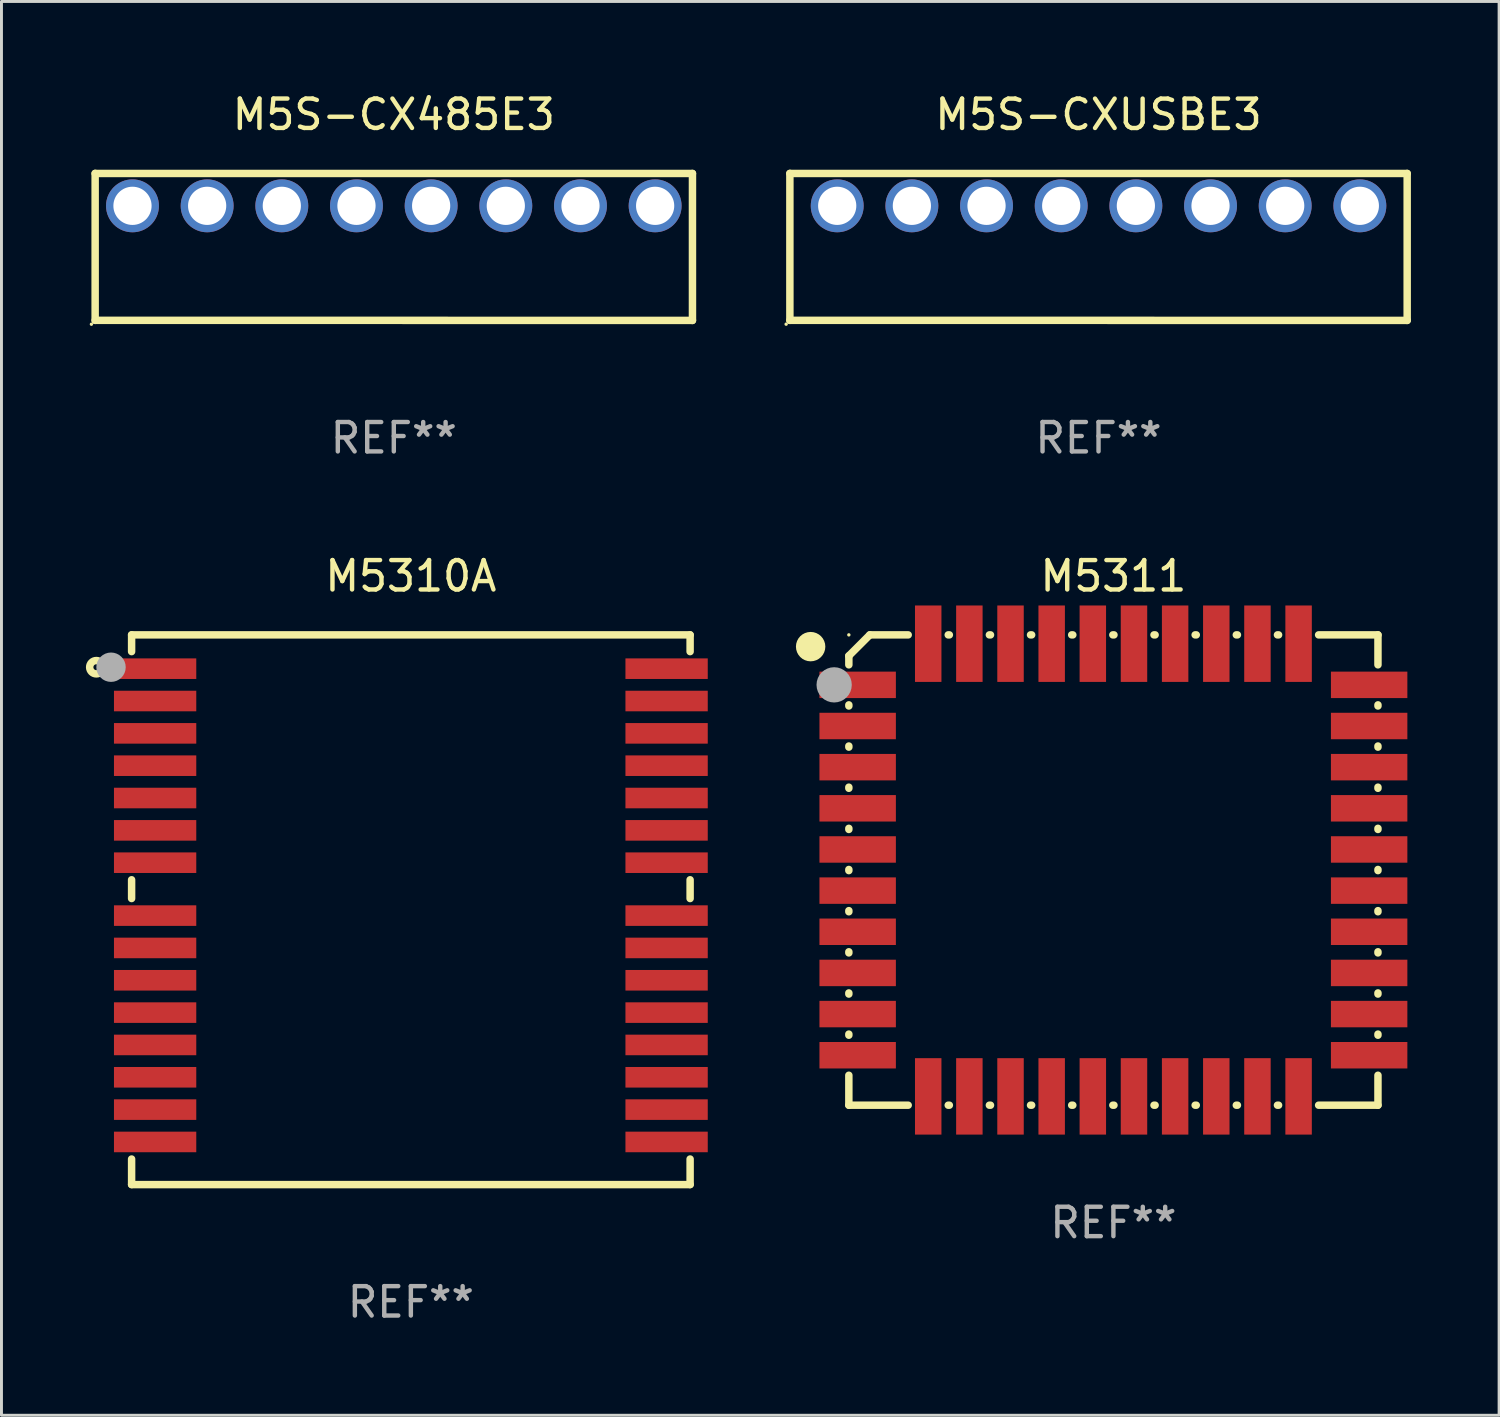
<source format=kicad_pcb>
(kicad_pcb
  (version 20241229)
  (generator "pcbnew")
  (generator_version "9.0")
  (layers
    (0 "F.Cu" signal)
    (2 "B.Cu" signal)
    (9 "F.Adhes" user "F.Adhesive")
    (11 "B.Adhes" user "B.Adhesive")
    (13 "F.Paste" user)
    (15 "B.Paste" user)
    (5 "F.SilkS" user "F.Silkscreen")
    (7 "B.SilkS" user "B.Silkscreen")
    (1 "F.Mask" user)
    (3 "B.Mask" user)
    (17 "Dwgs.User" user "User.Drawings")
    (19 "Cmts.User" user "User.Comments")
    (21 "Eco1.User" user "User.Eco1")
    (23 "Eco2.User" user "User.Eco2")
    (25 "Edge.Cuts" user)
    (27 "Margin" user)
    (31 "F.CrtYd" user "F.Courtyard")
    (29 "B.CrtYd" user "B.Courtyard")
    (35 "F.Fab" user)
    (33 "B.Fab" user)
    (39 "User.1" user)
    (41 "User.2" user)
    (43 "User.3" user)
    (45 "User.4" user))
  (footprint "M5310A"
    (layer "F.Cu")
    (at 10.927 27.898)
    (property "Reference" "M5310A" (at 0 -11.35 0) (layer "F.SilkS") (effects (font (size 1 1) (thickness 0.15))))
    (attr through_hole)
    (fp_line (start -9.5 -9.35) (end -9.5 -8.781) (stroke (width 0.254) (type solid)) (layer "F.SilkS"))
    (fp_line (start -9.5 -9.35) (end 9.5 -9.35) (stroke (width 0.254) (type solid)) (layer "F.SilkS"))
    (fp_line (start -9.5 -1.019) (end -9.5 -0.381) (stroke (width 0.254) (type solid)) (layer "F.SilkS"))
    (fp_line (start -9.5 8.481) (end -9.5 9.35) (stroke (width 0.254) (type solid)) (layer "F.SilkS"))
    (fp_line (start -9.5 9.35) (end 9.5 9.35) (stroke (width 0.254) (type solid)) (layer "F.SilkS"))
    (fp_line (start 9.5 -9.35) (end 9.5 -8.781) (stroke (width 0.254) (type solid)) (layer "F.SilkS"))
    (fp_line (start 9.5 -1.019) (end 9.5 -0.381) (stroke (width 0.254) (type solid)) (layer "F.SilkS"))
    (fp_line (start 9.5 8.481) (end 9.5 9.35) (stroke (width 0.254) (type solid)) (layer "F.SilkS"))
    (fp_circle (center -10.7 -8.25) (end -10.6 -8.25) (stroke (width 0.254) (type solid)) (fill no) (layer "F.SilkS"))
    (fp_circle (center -9.5 -9.35) (end -9.47 -9.35) (stroke (width 0.06) (type solid)) (fill no) (layer "F.SilkS"))
    (fp_circle (center -10.2 -8.25) (end -9.95 -8.25) (stroke (width 0.5) (type solid)) (fill no) (layer "F.Fab"))
    (fp_text user "REF**" (at 0 13.35 0) (layer "F.Fab") (effects (font (size 1 1) (thickness 0.15))))
    (pad "1" smd rect (at -8.7 -8.2 90) (size 0.7 2.8) (layers "F.Cu" "F.Mask" "F.Paste"))
    (pad "2" smd rect (at -8.7 -7.1 90) (size 0.7 2.8) (layers "F.Cu" "F.Mask" "F.Paste"))
    (pad "3" smd rect (at -8.7 -6 90) (size 0.7 2.8) (layers "F.Cu" "F.Mask" "F.Paste"))
    (pad "4" smd rect (at -8.7 -4.9 90) (size 0.7 2.8) (layers "F.Cu" "F.Mask" "F.Paste"))
    (pad "5" smd rect (at -8.7 -3.8 90) (size 0.7 2.8) (layers "F.Cu" "F.Mask" "F.Paste"))
    (pad "6" smd rect (at -8.7 -2.7 90) (size 0.7 2.8) (layers "F.Cu" "F.Mask" "F.Paste"))
    (pad "7" smd rect (at -8.7 -1.6 90) (size 0.7 2.8) (layers "F.Cu" "F.Mask" "F.Paste"))
    (pad "8" smd rect (at -8.7 0.2 90) (size 0.7 2.8) (layers "F.Cu" "F.Mask" "F.Paste"))
    (pad "9" smd rect (at -8.7 1.3 90) (size 0.7 2.8) (layers "F.Cu" "F.Mask" "F.Paste"))
    (pad "10" smd rect (at -8.7 2.4 90) (size 0.7 2.8) (layers "F.Cu" "F.Mask" "F.Paste"))
    (pad "11" smd rect (at -8.7 3.5 90) (size 0.7 2.8) (layers "F.Cu" "F.Mask" "F.Paste"))
    (pad "12" smd rect (at -8.7 4.6 90) (size 0.7 2.8) (layers "F.Cu" "F.Mask" "F.Paste"))
    (pad "13" smd rect (at -8.7 5.7 90) (size 0.7 2.8) (layers "F.Cu" "F.Mask" "F.Paste"))
    (pad "14" smd rect (at -8.7 6.8 90) (size 0.7 2.8) (layers "F.Cu" "F.Mask" "F.Paste"))
    (pad "15" smd rect (at -8.7 7.9 90) (size 0.7 2.8) (layers "F.Cu" "F.Mask" "F.Paste"))
    (pad "16" smd rect (at 8.7 7.9 90) (size 0.7 2.8) (layers "F.Cu" "F.Mask" "F.Paste"))
    (pad "17" smd rect (at 8.7 6.8 90) (size 0.7 2.8) (layers "F.Cu" "F.Mask" "F.Paste"))
    (pad "18" smd rect (at 8.7 5.7 90) (size 0.7 2.8) (layers "F.Cu" "F.Mask" "F.Paste"))
    (pad "19" smd rect (at 8.7 4.6 90) (size 0.7 2.8) (layers "F.Cu" "F.Mask" "F.Paste"))
    (pad "20" smd rect (at 8.7 3.5 90) (size 0.7 2.8) (layers "F.Cu" "F.Mask" "F.Paste"))
    (pad "21" smd rect (at 8.7 2.4 90) (size 0.7 2.8) (layers "F.Cu" "F.Mask" "F.Paste"))
    (pad "22" smd rect (at 8.7 1.3 90) (size 0.7 2.8) (layers "F.Cu" "F.Mask" "F.Paste"))
    (pad "23" smd rect (at 8.7 0.2 90) (size 0.7 2.8) (layers "F.Cu" "F.Mask" "F.Paste"))
    (pad "24" smd rect (at 8.7 -1.6 90) (size 0.7 2.8) (layers "F.Cu" "F.Mask" "F.Paste"))
    (pad "25" smd rect (at 8.7 -2.7 90) (size 0.7 2.8) (layers "F.Cu" "F.Mask" "F.Paste"))
    (pad "26" smd rect (at 8.7 -3.8 90) (size 0.7 2.8) (layers "F.Cu" "F.Mask" "F.Paste"))
    (pad "27" smd rect (at 8.7 -4.9 90) (size 0.7 2.8) (layers "F.Cu" "F.Mask" "F.Paste"))
    (pad "28" smd rect (at 8.7 -6 90) (size 0.7 2.8) (layers "F.Cu" "F.Mask" "F.Paste"))
    (pad "29" smd rect (at 8.7 -7.1 90) (size 0.7 2.8) (layers "F.Cu" "F.Mask" "F.Paste"))
    (pad "30" smd rect (at 8.7 -8.2 90) (size 0.7 2.8) (layers "F.Cu" "F.Mask" "F.Paste")))
  (footprint "M5311"
    (layer "F.Cu")
    (at 34.827 26.548)
    (property "Reference" "M5311" (at 0 -10 0) (layer "F.SilkS") (effects (font (size 1 1) (thickness 0.15))))
    (attr through_hole)
    (fp_line (start -9 -7.287) (end -9 -6.981) (stroke (width 0.254) (type solid)) (layer "F.SilkS"))
    (fp_line (start -9 -5.581) (end -9 -5.619) (stroke (width 0.254) (type solid)) (layer "F.SilkS"))
    (fp_line (start -9 -4.181) (end -9 -4.219) (stroke (width 0.254) (type solid)) (layer "F.SilkS"))
    (fp_line (start -9 -2.781) (end -9 -2.819) (stroke (width 0.254) (type solid)) (layer "F.SilkS"))
    (fp_line (start -9 -1.381) (end -9 -1.419) (stroke (width 0.254) (type solid)) (layer "F.SilkS"))
    (fp_line (start -9 0.019) (end -9 -0.019) (stroke (width 0.254) (type solid)) (layer "F.SilkS"))
    (fp_line (start -9 1.419) (end -9 1.381) (stroke (width 0.254) (type solid)) (layer "F.SilkS"))
    (fp_line (start -9 2.819) (end -9 2.781) (stroke (width 0.254) (type solid)) (layer "F.SilkS"))
    (fp_line (start -9 4.219) (end -9 4.181) (stroke (width 0.254) (type solid)) (layer "F.SilkS"))
    (fp_line (start -9 5.619) (end -9 5.581) (stroke (width 0.254) (type solid)) (layer "F.SilkS"))
    (fp_line (start -9 8) (end -9 6.981) (stroke (width 0.254) (type solid)) (layer "F.SilkS"))
    (fp_line (start -8.287 -8) (end -9 -7.287) (stroke (width 0.254) (type solid)) (layer "F.SilkS"))
    (fp_line (start -6.981 -8) (end -8.287 -8) (stroke (width 0.254) (type solid)) (layer "F.SilkS"))
    (fp_line (start -6.981 8) (end -9 8) (stroke (width 0.254) (type solid)) (layer "F.SilkS"))
    (fp_line (start -5.619 -8) (end -5.581 -8) (stroke (width 0.254) (type solid)) (layer "F.SilkS"))
    (fp_line (start -5.581 8) (end -5.619 8) (stroke (width 0.254) (type solid)) (layer "F.SilkS"))
    (fp_line (start -4.219 -8) (end -4.181 -8) (stroke (width 0.254) (type solid)) (layer "F.SilkS"))
    (fp_line (start -4.181 8) (end -4.219 8) (stroke (width 0.254) (type solid)) (layer "F.SilkS"))
    (fp_line (start -2.819 -8) (end -2.781 -8) (stroke (width 0.254) (type solid)) (layer "F.SilkS"))
    (fp_line (start -2.781 8) (end -2.819 8) (stroke (width 0.254) (type solid)) (layer "F.SilkS"))
    (fp_line (start -1.419 -8) (end -1.381 -8) (stroke (width 0.254) (type solid)) (layer "F.SilkS"))
    (fp_line (start -1.381 8) (end -1.419 8) (stroke (width 0.254) (type solid)) (layer "F.SilkS"))
    (fp_line (start -0.019 -8) (end 0.019 -8) (stroke (width 0.254) (type solid)) (layer "F.SilkS"))
    (fp_line (start 0.019 8) (end -0.019 8) (stroke (width 0.254) (type solid)) (layer "F.SilkS"))
    (fp_line (start 1.381 -8) (end 1.419 -8) (stroke (width 0.254) (type solid)) (layer "F.SilkS"))
    (fp_line (start 1.419 8) (end 1.381 8) (stroke (width 0.254) (type solid)) (layer "F.SilkS"))
    (fp_line (start 2.781 -8) (end 2.819 -8) (stroke (width 0.254) (type solid)) (layer "F.SilkS"))
    (fp_line (start 2.819 8) (end 2.781 8) (stroke (width 0.254) (type solid)) (layer "F.SilkS"))
    (fp_line (start 4.181 -8) (end 4.219 -8) (stroke (width 0.254) (type solid)) (layer "F.SilkS"))
    (fp_line (start 4.219 8) (end 4.181 8) (stroke (width 0.254) (type solid)) (layer "F.SilkS"))
    (fp_line (start 5.581 -8) (end 5.619 -8) (stroke (width 0.254) (type solid)) (layer "F.SilkS"))
    (fp_line (start 5.619 8) (end 5.581 8) (stroke (width 0.254) (type solid)) (layer "F.SilkS"))
    (fp_line (start 6.981 -8) (end 9 -8) (stroke (width 0.254) (type solid)) (layer "F.SilkS"))
    (fp_line (start 9 -8) (end 9 -6.981) (stroke (width 0.254) (type solid)) (layer "F.SilkS"))
    (fp_line (start 9 -5.619) (end 9 -5.581) (stroke (width 0.254) (type solid)) (layer "F.SilkS"))
    (fp_line (start 9 -4.219) (end 9 -4.181) (stroke (width 0.254) (type solid)) (layer "F.SilkS"))
    (fp_line (start 9 -2.819) (end 9 -2.781) (stroke (width 0.254) (type solid)) (layer "F.SilkS"))
    (fp_line (start 9 -1.419) (end 9 -1.381) (stroke (width 0.254) (type solid)) (layer "F.SilkS"))
    (fp_line (start 9 -0.019) (end 9 0.019) (stroke (width 0.254) (type solid)) (layer "F.SilkS"))
    (fp_line (start 9 1.381) (end 9 1.419) (stroke (width 0.254) (type solid)) (layer "F.SilkS"))
    (fp_line (start 9 2.781) (end 9 2.819) (stroke (width 0.254) (type solid)) (layer "F.SilkS"))
    (fp_line (start 9 4.181) (end 9 4.219) (stroke (width 0.254) (type solid)) (layer "F.SilkS"))
    (fp_line (start 9 5.581) (end 9 5.619) (stroke (width 0.254) (type solid)) (layer "F.SilkS"))
    (fp_line (start 9 6.981) (end 9 8) (stroke (width 0.254) (type solid)) (layer "F.SilkS"))
    (fp_line (start 9 8) (end 6.981 8) (stroke (width 0.254) (type solid)) (layer "F.SilkS"))
    (fp_circle (center -10.3 -7.6) (end -10.05 -7.6) (stroke (width 0.5) (type solid)) (fill no) (layer "F.SilkS"))
    (fp_circle (center -9 -8) (end -8.97 -8) (stroke (width 0.06) (type solid)) (fill no) (layer "F.SilkS"))
    (fp_circle (center -9.5 -6.3) (end -9.2 -6.3) (stroke (width 0.6) (type solid)) (fill no) (layer "F.Fab"))
    (fp_text user "REF**" (at 0 12 0) (layer "F.Fab") (effects (font (size 1 1) (thickness 0.15))))
    (pad "1" smd rect (at -8.7 -6.3) (size 2.6 0.9) (layers "F.Cu" "F.Mask" "F.Paste"))
    (pad "2" smd rect (at -8.7 -4.9) (size 2.6 0.9) (layers "F.Cu" "F.Mask" "F.Paste"))
    (pad "3" smd rect (at -8.7 -3.5) (size 2.6 0.9) (layers "F.Cu" "F.Mask" "F.Paste"))
    (pad "4" smd rect (at -8.7 -2.1) (size 2.6 0.9) (layers "F.Cu" "F.Mask" "F.Paste"))
    (pad "5" smd rect (at -8.7 -0.7) (size 2.6 0.9) (layers "F.Cu" "F.Mask" "F.Paste"))
    (pad "6" smd rect (at -8.7 0.7) (size 2.6 0.9) (layers "F.Cu" "F.Mask" "F.Paste"))
    (pad "7" smd rect (at -8.7 2.1) (size 2.6 0.9) (layers "F.Cu" "F.Mask" "F.Paste"))
    (pad "8" smd rect (at -8.7 3.5) (size 2.6 0.9) (layers "F.Cu" "F.Mask" "F.Paste"))
    (pad "9" smd rect (at -8.7 4.9) (size 2.6 0.9) (layers "F.Cu" "F.Mask" "F.Paste"))
    (pad "10" smd rect (at -8.7 6.3) (size 2.6 0.9) (layers "F.Cu" "F.Mask" "F.Paste"))
    (pad "11" smd rect (at -6.3 7.7) (size 0.9 2.6) (layers "F.Cu" "F.Mask" "F.Paste"))
    (pad "12" smd rect (at -4.9 7.7) (size 0.9 2.6) (layers "F.Cu" "F.Mask" "F.Paste"))
    (pad "13" smd rect (at -3.5 7.7) (size 0.9 2.6) (layers "F.Cu" "F.Mask" "F.Paste"))
    (pad "14" smd rect (at -2.1 7.7) (size 0.9 2.6) (layers "F.Cu" "F.Mask" "F.Paste"))
    (pad "15" smd rect (at -0.7 7.7) (size 0.9 2.6) (layers "F.Cu" "F.Mask" "F.Paste"))
    (pad "16" smd rect (at 0.7 7.7) (size 0.9 2.6) (layers "F.Cu" "F.Mask" "F.Paste"))
    (pad "17" smd rect (at 2.1 7.7) (size 0.9 2.6) (layers "F.Cu" "F.Mask" "F.Paste"))
    (pad "18" smd rect (at 3.5 7.7) (size 0.9 2.6) (layers "F.Cu" "F.Mask" "F.Paste"))
    (pad "19" smd rect (at 4.9 7.7) (size 0.9 2.6) (layers "F.Cu" "F.Mask" "F.Paste"))
    (pad "20" smd rect (at 6.3 7.7) (size 0.9 2.6) (layers "F.Cu" "F.Mask" "F.Paste"))
    (pad "21" smd rect (at 8.7 6.3) (size 2.6 0.9) (layers "F.Cu" "F.Mask" "F.Paste"))
    (pad "22" smd rect (at 8.7 4.9) (size 2.6 0.9) (layers "F.Cu" "F.Mask" "F.Paste"))
    (pad "23" smd rect (at 8.7 3.5) (size 2.6 0.9) (layers "F.Cu" "F.Mask" "F.Paste"))
    (pad "24" smd rect (at 8.7 2.1) (size 2.6 0.9) (layers "F.Cu" "F.Mask" "F.Paste"))
    (pad "25" smd rect (at 8.7 0.7) (size 2.6 0.9) (layers "F.Cu" "F.Mask" "F.Paste"))
    (pad "26" smd rect (at 8.7 -0.7) (size 2.6 0.9) (layers "F.Cu" "F.Mask" "F.Paste"))
    (pad "27" smd rect (at 8.7 -2.1) (size 2.6 0.9) (layers "F.Cu" "F.Mask" "F.Paste"))
    (pad "28" smd rect (at 8.7 -3.5) (size 2.6 0.9) (layers "F.Cu" "F.Mask" "F.Paste"))
    (pad "29" smd rect (at 8.7 -4.9) (size 2.6 0.9) (layers "F.Cu" "F.Mask" "F.Paste"))
    (pad "30" smd rect (at 8.7 -6.3) (size 2.6 0.9) (layers "F.Cu" "F.Mask" "F.Paste"))
    (pad "31" smd rect (at 6.3 -7.7) (size 0.9 2.6) (layers "F.Cu" "F.Mask" "F.Paste"))
    (pad "32" smd rect (at 4.9 -7.7) (size 0.9 2.6) (layers "F.Cu" "F.Mask" "F.Paste"))
    (pad "33" smd rect (at 3.5 -7.7) (size 0.9 2.6) (layers "F.Cu" "F.Mask" "F.Paste"))
    (pad "34" smd rect (at 2.1 -7.7) (size 0.9 2.6) (layers "F.Cu" "F.Mask" "F.Paste"))
    (pad "35" smd rect (at 0.7 -7.7) (size 0.9 2.6) (layers "F.Cu" "F.Mask" "F.Paste"))
    (pad "36" smd rect (at -0.7 -7.7) (size 0.9 2.6) (layers "F.Cu" "F.Mask" "F.Paste"))
    (pad "37" smd rect (at -2.1 -7.7) (size 0.9 2.6) (layers "F.Cu" "F.Mask" "F.Paste"))
    (pad "38" smd rect (at -3.5 -7.7) (size 0.9 2.6) (layers "F.Cu" "F.Mask" "F.Paste"))
    (pad "39" smd rect (at -4.9 -7.7) (size 0.9 2.6) (layers "F.Cu" "F.Mask" "F.Paste"))
    (pad "40" smd rect (at -6.3 -7.7) (size 0.9 2.6) (layers "F.Cu" "F.Mask" "F.Paste")))
  (footprint "M5S-CX485E3"
    (layer "F.Cu")
    (at 10.347 5.35)
    (property "Reference" "M5S-CX485E3" (at 0 -4.502 0) (layer "F.SilkS") (effects (font (size 1 1) (thickness 0.15))))
    (attr through_hole)
    (fp_line (start -10.16 -2.499) (end 10.16 -2.498) (stroke (width 0.254) (type solid)) (layer "F.SilkS"))
    (fp_line (start -10.16 2.499) (end -10.16 -2.502) (stroke (width 0.254) (type solid)) (layer "F.SilkS"))
    (fp_line (start 10.16 -2.499) (end 10.16 2.502) (stroke (width 0.254) (type solid)) (layer "F.SilkS"))
    (fp_line (start 10.16 2.499) (end -10.16 2.498) (stroke (width 0.254) (type solid)) (layer "F.SilkS"))
    (fp_circle (center -10.287 2.629) (end -10.257 2.629) (stroke (width 0.06) (type solid)) (fill no) (layer "F.SilkS"))
    (fp_text user "REF**" (at 0 6.502 0) (layer "F.Fab") (effects (font (size 1 1) (thickness 0.15))))
    (pad "1" thru_hole circle (at -8.89 -1.398) (size 1.8 1.8) (drill 1.3) (layers "*.Cu" "*.Mask"))
    (pad "2" thru_hole circle (at -6.35 -1.398) (size 1.8 1.8) (drill 1.3) (layers "*.Cu" "*.Mask"))
    (pad "3" thru_hole circle (at -3.81 -1.398) (size 1.8 1.8) (drill 1.3) (layers "*.Cu" "*.Mask"))
    (pad "4" thru_hole circle (at -1.27 -1.398) (size 1.8 1.8) (drill 1.3) (layers "*.Cu" "*.Mask"))
    (pad "5" thru_hole circle (at 1.27 -1.398) (size 1.8 1.8) (drill 1.3) (layers "*.Cu" "*.Mask"))
    (pad "6" thru_hole circle (at 3.81 -1.398) (size 1.8 1.8) (drill 1.3) (layers "*.Cu" "*.Mask"))
    (pad "7" thru_hole circle (at 6.35 -1.398) (size 1.8 1.8) (drill 1.3) (layers "*.Cu" "*.Mask"))
    (pad "8" thru_hole circle (at 8.89 -1.398) (size 1.8 1.8) (drill 1.3) (layers "*.Cu" "*.Mask")))
  (footprint "M5S-CXUSBE3"
    (layer "F.Cu")
    (at 34.321 5.35)
    (property "Reference" "M5S-CXUSBE3" (at 0 -4.501 0) (layer "F.SilkS") (effects (font (size 1 1) (thickness 0.15))))
    (attr through_hole)
    (fp_line (start -10.5 -2.499) (end 10.5 -2.499) (stroke (width 0.254) (type solid)) (layer "F.SilkS"))
    (fp_line (start -10.5 2.499) (end -10.5 -2.501) (stroke (width 0.254) (type solid)) (layer "F.SilkS"))
    (fp_line (start 10.5 -2.499) (end 10.5 2.501) (stroke (width 0.254) (type solid)) (layer "F.SilkS"))
    (fp_line (start 10.5 2.499) (end -10.5 2.498) (stroke (width 0.254) (type solid)) (layer "F.SilkS"))
    (fp_circle (center -10.627 2.628) (end -10.597 2.628) (stroke (width 0.06) (type solid)) (fill no) (layer "F.SilkS"))
    (fp_text user "REF**" (at 0 6.501 0) (layer "F.Fab") (effects (font (size 1 1) (thickness 0.15))))
    (pad "1" thru_hole circle (at -8.89 -1.398) (size 1.8 1.8) (drill 1.3) (layers "*.Cu" "*.Mask"))
    (pad "2" thru_hole circle (at -6.35 -1.398) (size 1.8 1.8) (drill 1.3) (layers "*.Cu" "*.Mask"))
    (pad "3" thru_hole circle (at -3.81 -1.398) (size 1.8 1.8) (drill 1.3) (layers "*.Cu" "*.Mask"))
    (pad "4" thru_hole circle (at -1.27 -1.398) (size 1.8 1.8) (drill 1.3) (layers "*.Cu" "*.Mask"))
    (pad "5" thru_hole circle (at 1.27 -1.398) (size 1.8 1.8) (drill 1.3) (layers "*.Cu" "*.Mask"))
    (pad "6" thru_hole circle (at 3.81 -1.398) (size 1.8 1.8) (drill 1.3) (layers "*.Cu" "*.Mask"))
    (pad "7" thru_hole circle (at 6.35 -1.398) (size 1.8 1.8) (drill 1.3) (layers "*.Cu" "*.Mask"))
    (pad "8" thru_hole circle (at 8.89 -1.398) (size 1.8 1.8) (drill 1.3) (layers "*.Cu" "*.Mask")))
  (gr_rect
    (start -3 -3)
    (end 47.948 45.096)
    (stroke (width 0.1) (type default))
    (fill no)
    (layer "Edge.Cuts")))
</source>
